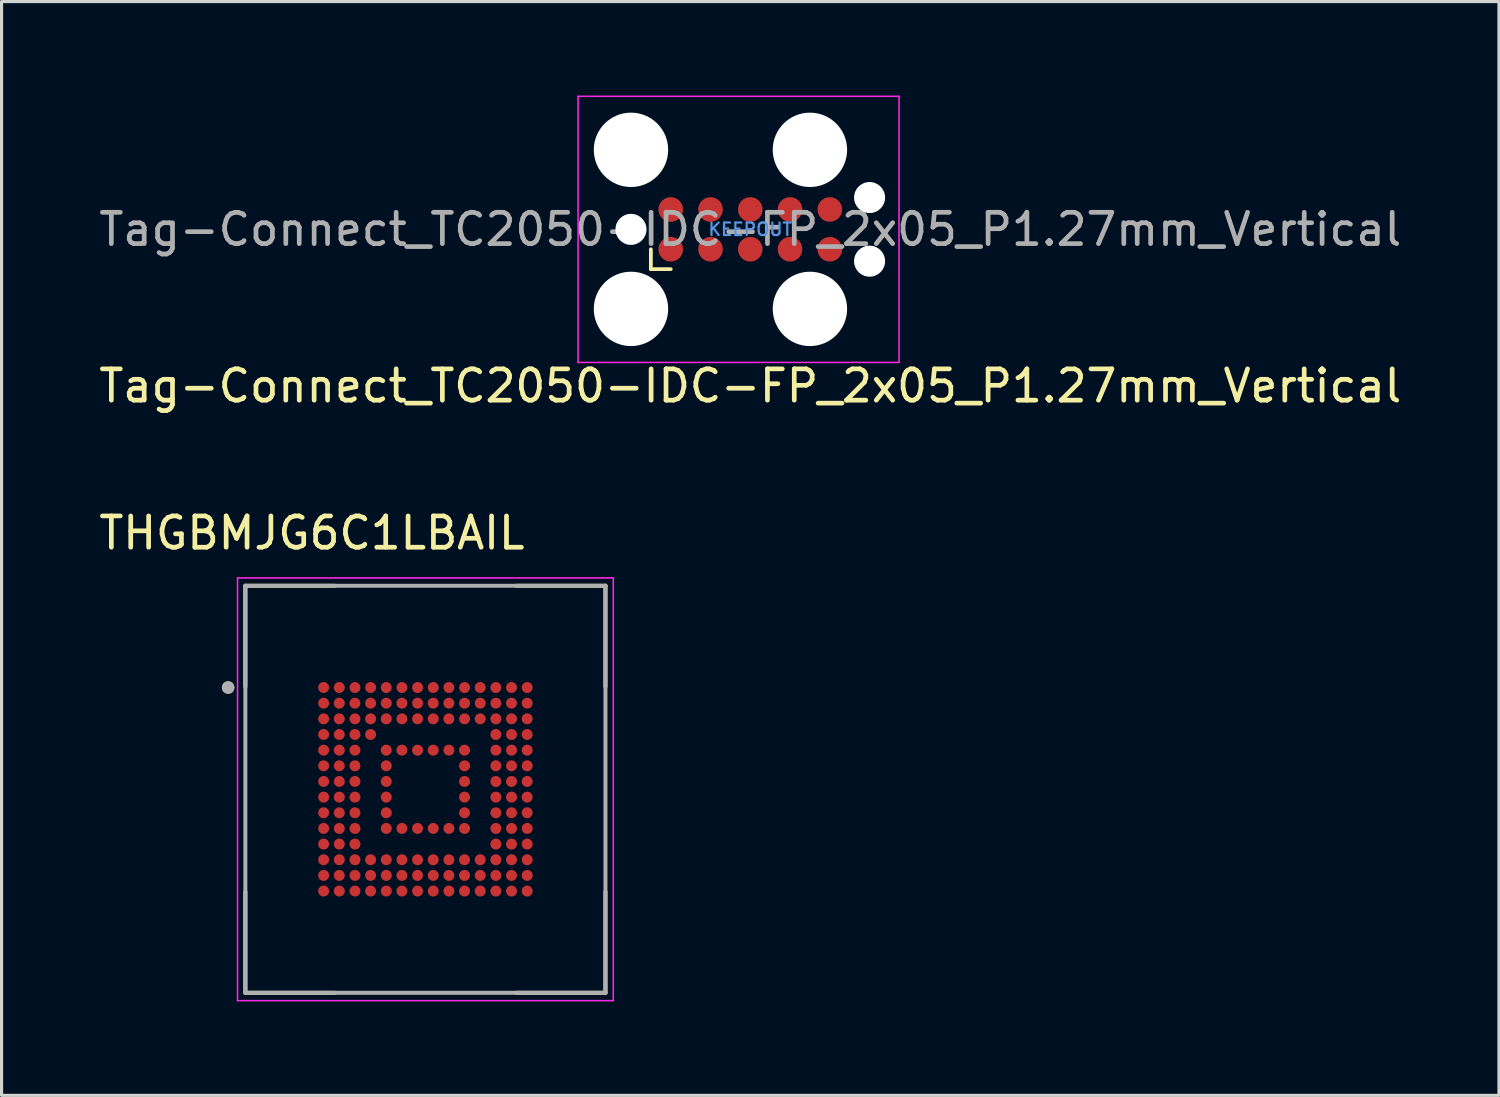
<source format=kicad_pcb>
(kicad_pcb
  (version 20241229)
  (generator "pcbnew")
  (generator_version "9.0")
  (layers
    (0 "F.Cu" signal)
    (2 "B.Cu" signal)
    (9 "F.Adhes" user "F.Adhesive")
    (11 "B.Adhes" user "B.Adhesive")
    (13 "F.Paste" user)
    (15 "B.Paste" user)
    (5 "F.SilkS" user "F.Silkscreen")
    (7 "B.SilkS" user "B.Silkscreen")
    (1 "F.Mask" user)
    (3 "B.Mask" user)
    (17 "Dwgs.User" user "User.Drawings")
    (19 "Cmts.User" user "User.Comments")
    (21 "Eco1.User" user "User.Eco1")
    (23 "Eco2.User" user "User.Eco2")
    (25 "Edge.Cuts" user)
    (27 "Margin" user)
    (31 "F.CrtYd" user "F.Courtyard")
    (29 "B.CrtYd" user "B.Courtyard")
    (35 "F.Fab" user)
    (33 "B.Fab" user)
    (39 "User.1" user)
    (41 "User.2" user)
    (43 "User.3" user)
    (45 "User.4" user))
  (footprint "Tag-Connect_TC2050-IDC-FP_2x05_P1.27mm_Vertical"
    (layer "F.Cu")
    (at 20.911 4.275)
    (property "Reference" "Tag-Connect_TC2050-IDC-FP_2x05_P1.27mm_Vertical" (at 0 5 0) (layer "F.SilkS") (effects (font (size 1 1) (thickness 0.15))))
    (attr exclude_from_pos_files exclude_from_bom)
    (fp_line (start -3.175 1.27) (end -3.175 0.635) (stroke (width 0.12) (type solid)) (layer "F.SilkS"))
    (fp_line (start -2.54 1.27) (end -3.175 1.27) (stroke (width 0.12) (type solid)) (layer "F.SilkS"))
    (fp_line (start -5.5 -4.25) (end 4.75 -4.25) (stroke (width 0.05) (type solid)) (layer "F.CrtYd"))
    (fp_line (start -5.5 4.25) (end -5.5 -4.25) (stroke (width 0.05) (type solid)) (layer "F.CrtYd"))
    (fp_line (start 4.75 -4.25) (end 4.75 4.25) (stroke (width 0.05) (type solid)) (layer "F.CrtYd"))
    (fp_line (start 4.75 4.25) (end -5.5 4.25) (stroke (width 0.05) (type solid)) (layer "F.CrtYd"))
    (fp_text user "KEEPOUT" (at 0 0 0) (layer "Cmts.User") (effects (font (size 0.4 0.4) (thickness 0.07))))
    (fp_text user "${REFERENCE}" (at 0 0 0) (layer "F.Fab") (effects (font (size 1 1) (thickness 0.15))))
    (pad "" np_thru_hole circle (at -3.81 -2.54) (size 2.375 2.375) (drill 2.375) (layers "*.Cu" "*.Mask"))
    (pad "" np_thru_hole circle (at -3.81 0) (size 0.991 0.991) (drill 0.991) (layers "*.Cu" "*.Mask"))
    (pad "" np_thru_hole circle (at -3.81 2.54) (size 2.375 2.375) (drill 2.375) (layers "*.Cu" "*.Mask"))
    (pad "" np_thru_hole circle (at 1.905 -2.54) (size 2.375 2.375) (drill 2.375) (layers "*.Cu" "*.Mask"))
    (pad "" np_thru_hole circle (at 1.905 2.54) (size 2.375 2.375) (drill 2.375) (layers "*.Cu" "*.Mask"))
    (pad "" np_thru_hole circle (at 3.81 -1.016) (size 0.991 0.991) (drill 0.991) (layers "*.Cu" "*.Mask"))
    (pad "" np_thru_hole circle (at 3.81 1.016) (size 0.991 0.991) (drill 0.991) (layers "*.Cu" "*.Mask"))
    (pad "1" connect circle (at -2.54 0.635) (size 0.787 0.787) (layers "F.Cu" "F.Mask"))
    (pad "2" connect circle (at -1.27 0.635) (size 0.787 0.787) (layers "F.Cu" "F.Mask"))
    (pad "3" connect circle (at 0 0.635) (size 0.787 0.787) (layers "F.Cu" "F.Mask"))
    (pad "4" connect circle (at 1.27 0.635) (size 0.787 0.787) (layers "F.Cu" "F.Mask"))
    (pad "5" connect circle (at 2.54 0.635) (size 0.787 0.787) (layers "F.Cu" "F.Mask"))
    (pad "6" connect circle (at 2.54 -0.635) (size 0.787 0.787) (layers "F.Cu" "F.Mask"))
    (pad "7" connect circle (at 1.27 -0.635) (size 0.787 0.787) (layers "F.Cu" "F.Mask"))
    (pad "8" connect circle (at 0 -0.635) (size 0.787 0.787) (layers "F.Cu" "F.Mask"))
    (pad "9" connect circle (at -1.27 -0.635) (size 0.787 0.787) (layers "F.Cu" "F.Mask"))
    (pad "10" connect circle (at -2.54 -0.635) (size 0.787 0.787) (layers "F.Cu" "F.Mask"))
    (zone (net_name "") (layer "F.Cu") (hatch full 0.508) (connect_pads) (min_thickness 0.254) (filled_areas_thickness no) (keepout (tracks allowed) (vias not_allowed) (pads allowed) (copperpour not_allowed) (footprints not_allowed)) (placement (enabled no)) (fill) (polygon (pts (xy 18.371 4.91) (xy 23.451 4.91) (xy 23.451 3.64) (xy 18.371 3.64)))))
  (footprint "THGBMJG6C1LBAIL"
    (layer "F.Cu")
    (at 10.536 22.157)
    (property "Reference" "THGBMJG6C1LBAIL" (at -3.625 -8.185 0) (layer "F.SilkS") (effects (font (size 1 1) (thickness 0.15))))
    (attr smd)
    (fp_line (start -5.75 -6.5) (end -5.75 -3.275) (stroke (width 0.127) (type solid)) (layer "F.SilkS"))
    (fp_line (start -5.75 -6.5) (end -2.9 -6.5) (stroke (width 0.127) (type solid)) (layer "F.SilkS"))
    (fp_line (start -5.75 6.5) (end -5.75 3.275) (stroke (width 0.127) (type solid)) (layer "F.SilkS"))
    (fp_line (start -5.75 6.5) (end -2.9 6.5) (stroke (width 0.127) (type solid)) (layer "F.SilkS"))
    (fp_line (start 5.75 -6.5) (end 2.9 -6.5) (stroke (width 0.127) (type solid)) (layer "F.SilkS"))
    (fp_line (start 5.75 -6.5) (end 5.75 -3.275) (stroke (width 0.127) (type solid)) (layer "F.SilkS"))
    (fp_line (start 5.75 6.5) (end 2.9 6.5) (stroke (width 0.127) (type solid)) (layer "F.SilkS"))
    (fp_line (start 5.75 6.5) (end 5.75 3.275) (stroke (width 0.127) (type solid)) (layer "F.SilkS"))
    (fp_circle (center -6.3 -3.25) (end -6.2 -3.25) (stroke (width 0.2) (type solid)) (fill no) (layer "F.SilkS"))
    (fp_line (start -6 -6.75) (end 6 -6.75) (stroke (width 0.05) (type solid)) (layer "F.CrtYd"))
    (fp_line (start -6 6.75) (end -6 -6.75) (stroke (width 0.05) (type solid)) (layer "F.CrtYd"))
    (fp_line (start -6 6.75) (end 6 6.75) (stroke (width 0.05) (type solid)) (layer "F.CrtYd"))
    (fp_line (start 6 6.75) (end 6 -6.75) (stroke (width 0.05) (type solid)) (layer "F.CrtYd"))
    (fp_line (start -5.75 6.5) (end -5.75 -6.5) (stroke (width 0.127) (type solid)) (layer "F.Fab"))
    (fp_line (start 5.75 -6.5) (end -5.75 -6.5) (stroke (width 0.127) (type solid)) (layer "F.Fab"))
    (fp_line (start 5.75 6.5) (end -5.75 6.5) (stroke (width 0.127) (type solid)) (layer "F.Fab"))
    (fp_line (start 5.75 6.5) (end 5.75 -6.5) (stroke (width 0.127) (type solid)) (layer "F.Fab"))
    (fp_circle (center -6.3 -3.25) (end -6.2 -3.25) (stroke (width 0.2) (type solid)) (fill no) (layer "F.Fab"))
    (pad "A1" smd circle (at -3.25 -3.25) (size 0.35 0.35) (layers "F.Cu" "F.Mask" "F.Paste"))
    (pad "A2" smd circle (at -2.75 -3.25) (size 0.35 0.35) (layers "F.Cu" "F.Mask" "F.Paste"))
    (pad "A3" smd circle (at -2.25 -3.25) (size 0.35 0.35) (layers "F.Cu" "F.Mask" "F.Paste"))
    (pad "A4" smd circle (at -1.75 -3.25) (size 0.35 0.35) (layers "F.Cu" "F.Mask" "F.Paste"))
    (pad "A5" smd circle (at -1.25 -3.25) (size 0.35 0.35) (layers "F.Cu" "F.Mask" "F.Paste"))
    (pad "A6" smd circle (at -0.75 -3.25) (size 0.35 0.35) (layers "F.Cu" "F.Mask" "F.Paste"))
    (pad "A7" smd circle (at -0.25 -3.25) (size 0.35 0.35) (layers "F.Cu" "F.Mask" "F.Paste"))
    (pad "A8" smd circle (at 0.25 -3.25) (size 0.35 0.35) (layers "F.Cu" "F.Mask" "F.Paste"))
    (pad "A9" smd circle (at 0.75 -3.25) (size 0.35 0.35) (layers "F.Cu" "F.Mask" "F.Paste"))
    (pad "A10" smd circle (at 1.25 -3.25) (size 0.35 0.35) (layers "F.Cu" "F.Mask" "F.Paste"))
    (pad "A11" smd circle (at 1.75 -3.25) (size 0.35 0.35) (layers "F.Cu" "F.Mask" "F.Paste"))
    (pad "A12" smd circle (at 2.25 -3.25) (size 0.35 0.35) (layers "F.Cu" "F.Mask" "F.Paste"))
    (pad "A13" smd circle (at 2.75 -3.25) (size 0.35 0.35) (layers "F.Cu" "F.Mask" "F.Paste"))
    (pad "A14" smd circle (at 3.25 -3.25) (size 0.35 0.35) (layers "F.Cu" "F.Mask" "F.Paste"))
    (pad "B1" smd circle (at -3.25 -2.75) (size 0.35 0.35) (layers "F.Cu" "F.Mask" "F.Paste"))
    (pad "B2" smd circle (at -2.75 -2.75) (size 0.35 0.35) (layers "F.Cu" "F.Mask" "F.Paste"))
    (pad "B3" smd circle (at -2.25 -2.75) (size 0.35 0.35) (layers "F.Cu" "F.Mask" "F.Paste"))
    (pad "B4" smd circle (at -1.75 -2.75) (size 0.35 0.35) (layers "F.Cu" "F.Mask" "F.Paste"))
    (pad "B5" smd circle (at -1.25 -2.75) (size 0.35 0.35) (layers "F.Cu" "F.Mask" "F.Paste"))
    (pad "B6" smd circle (at -0.75 -2.75) (size 0.35 0.35) (layers "F.Cu" "F.Mask" "F.Paste"))
    (pad "B7" smd circle (at -0.25 -2.75) (size 0.35 0.35) (layers "F.Cu" "F.Mask" "F.Paste"))
    (pad "B8" smd circle (at 0.25 -2.75) (size 0.35 0.35) (layers "F.Cu" "F.Mask" "F.Paste"))
    (pad "B9" smd circle (at 0.75 -2.75) (size 0.35 0.35) (layers "F.Cu" "F.Mask" "F.Paste"))
    (pad "B10" smd circle (at 1.25 -2.75) (size 0.35 0.35) (layers "F.Cu" "F.Mask" "F.Paste"))
    (pad "B11" smd circle (at 1.75 -2.75) (size 0.35 0.35) (layers "F.Cu" "F.Mask" "F.Paste"))
    (pad "B12" smd circle (at 2.25 -2.75) (size 0.35 0.35) (layers "F.Cu" "F.Mask" "F.Paste"))
    (pad "B13" smd circle (at 2.75 -2.75) (size 0.35 0.35) (layers "F.Cu" "F.Mask" "F.Paste"))
    (pad "B14" smd circle (at 3.25 -2.75) (size 0.35 0.35) (layers "F.Cu" "F.Mask" "F.Paste"))
    (pad "C1" smd circle (at -3.25 -2.25) (size 0.35 0.35) (layers "F.Cu" "F.Mask" "F.Paste"))
    (pad "C2" smd circle (at -2.75 -2.25) (size 0.35 0.35) (layers "F.Cu" "F.Mask" "F.Paste"))
    (pad "C3" smd circle (at -2.25 -2.25) (size 0.35 0.35) (layers "F.Cu" "F.Mask" "F.Paste"))
    (pad "C4" smd circle (at -1.75 -2.25) (size 0.35 0.35) (layers "F.Cu" "F.Mask" "F.Paste"))
    (pad "C5" smd circle (at -1.25 -2.25) (size 0.35 0.35) (layers "F.Cu" "F.Mask" "F.Paste"))
    (pad "C6" smd circle (at -0.75 -2.25) (size 0.35 0.35) (layers "F.Cu" "F.Mask" "F.Paste"))
    (pad "C7" smd circle (at -0.25 -2.25) (size 0.35 0.35) (layers "F.Cu" "F.Mask" "F.Paste"))
    (pad "C8" smd circle (at 0.25 -2.25) (size 0.35 0.35) (layers "F.Cu" "F.Mask" "F.Paste"))
    (pad "C9" smd circle (at 0.75 -2.25) (size 0.35 0.35) (layers "F.Cu" "F.Mask" "F.Paste"))
    (pad "C10" smd circle (at 1.25 -2.25) (size 0.35 0.35) (layers "F.Cu" "F.Mask" "F.Paste"))
    (pad "C11" smd circle (at 1.75 -2.25) (size 0.35 0.35) (layers "F.Cu" "F.Mask" "F.Paste"))
    (pad "C12" smd circle (at 2.25 -2.25) (size 0.35 0.35) (layers "F.Cu" "F.Mask" "F.Paste"))
    (pad "C13" smd circle (at 2.75 -2.25) (size 0.35 0.35) (layers "F.Cu" "F.Mask" "F.Paste"))
    (pad "C14" smd circle (at 3.25 -2.25) (size 0.35 0.35) (layers "F.Cu" "F.Mask" "F.Paste"))
    (pad "D1" smd circle (at -3.25 -1.75) (size 0.35 0.35) (layers "F.Cu" "F.Mask" "F.Paste"))
    (pad "D2" smd circle (at -2.75 -1.75) (size 0.35 0.35) (layers "F.Cu" "F.Mask" "F.Paste"))
    (pad "D3" smd circle (at -2.25 -1.75) (size 0.35 0.35) (layers "F.Cu" "F.Mask" "F.Paste"))
    (pad "D4" smd circle (at -1.75 -1.75) (size 0.35 0.35) (layers "F.Cu" "F.Mask" "F.Paste"))
    (pad "D12" smd circle (at 2.25 -1.75) (size 0.35 0.35) (layers "F.Cu" "F.Mask" "F.Paste"))
    (pad "D13" smd circle (at 2.75 -1.75) (size 0.35 0.35) (layers "F.Cu" "F.Mask" "F.Paste"))
    (pad "D14" smd circle (at 3.25 -1.75) (size 0.35 0.35) (layers "F.Cu" "F.Mask" "F.Paste"))
    (pad "E1" smd circle (at -3.25 -1.25) (size 0.35 0.35) (layers "F.Cu" "F.Mask" "F.Paste"))
    (pad "E2" smd circle (at -2.75 -1.25) (size 0.35 0.35) (layers "F.Cu" "F.Mask" "F.Paste"))
    (pad "E3" smd circle (at -2.25 -1.25) (size 0.35 0.35) (layers "F.Cu" "F.Mask" "F.Paste"))
    (pad "E5" smd circle (at -1.25 -1.25) (size 0.35 0.35) (layers "F.Cu" "F.Mask" "F.Paste"))
    (pad "E6" smd circle (at -0.75 -1.25) (size 0.35 0.35) (layers "F.Cu" "F.Mask" "F.Paste"))
    (pad "E7" smd circle (at -0.25 -1.25) (size 0.35 0.35) (layers "F.Cu" "F.Mask" "F.Paste"))
    (pad "E8" smd circle (at 0.25 -1.25) (size 0.35 0.35) (layers "F.Cu" "F.Mask" "F.Paste"))
    (pad "E9" smd circle (at 0.75 -1.25) (size 0.35 0.35) (layers "F.Cu" "F.Mask" "F.Paste"))
    (pad "E10" smd circle (at 1.25 -1.25) (size 0.35 0.35) (layers "F.Cu" "F.Mask" "F.Paste"))
    (pad "E12" smd circle (at 2.25 -1.25) (size 0.35 0.35) (layers "F.Cu" "F.Mask" "F.Paste"))
    (pad "E13" smd circle (at 2.75 -1.25) (size 0.35 0.35) (layers "F.Cu" "F.Mask" "F.Paste"))
    (pad "E14" smd circle (at 3.25 -1.25) (size 0.35 0.35) (layers "F.Cu" "F.Mask" "F.Paste"))
    (pad "F1" smd circle (at -3.25 -0.75) (size 0.35 0.35) (layers "F.Cu" "F.Mask" "F.Paste"))
    (pad "F2" smd circle (at -2.75 -0.75) (size 0.35 0.35) (layers "F.Cu" "F.Mask" "F.Paste"))
    (pad "F3" smd circle (at -2.25 -0.75) (size 0.35 0.35) (layers "F.Cu" "F.Mask" "F.Paste"))
    (pad "F5" smd circle (at -1.25 -0.75) (size 0.35 0.35) (layers "F.Cu" "F.Mask" "F.Paste"))
    (pad "F10" smd circle (at 1.25 -0.75) (size 0.35 0.35) (layers "F.Cu" "F.Mask" "F.Paste"))
    (pad "F12" smd circle (at 2.25 -0.75) (size 0.35 0.35) (layers "F.Cu" "F.Mask" "F.Paste"))
    (pad "F13" smd circle (at 2.75 -0.75) (size 0.35 0.35) (layers "F.Cu" "F.Mask" "F.Paste"))
    (pad "F14" smd circle (at 3.25 -0.75) (size 0.35 0.35) (layers "F.Cu" "F.Mask" "F.Paste"))
    (pad "G1" smd circle (at -3.25 -0.25) (size 0.35 0.35) (layers "F.Cu" "F.Mask" "F.Paste"))
    (pad "G2" smd circle (at -2.75 -0.25) (size 0.35 0.35) (layers "F.Cu" "F.Mask" "F.Paste"))
    (pad "G3" smd circle (at -2.25 -0.25) (size 0.35 0.35) (layers "F.Cu" "F.Mask" "F.Paste"))
    (pad "G5" smd circle (at -1.25 -0.25) (size 0.35 0.35) (layers "F.Cu" "F.Mask" "F.Paste"))
    (pad "G10" smd circle (at 1.25 -0.25) (size 0.35 0.35) (layers "F.Cu" "F.Mask" "F.Paste"))
    (pad "G12" smd circle (at 2.25 -0.25) (size 0.35 0.35) (layers "F.Cu" "F.Mask" "F.Paste"))
    (pad "G13" smd circle (at 2.75 -0.25) (size 0.35 0.35) (layers "F.Cu" "F.Mask" "F.Paste"))
    (pad "G14" smd circle (at 3.25 -0.25) (size 0.35 0.35) (layers "F.Cu" "F.Mask" "F.Paste"))
    (pad "H1" smd circle (at -3.25 0.25) (size 0.35 0.35) (layers "F.Cu" "F.Mask" "F.Paste"))
    (pad "H2" smd circle (at -2.75 0.25) (size 0.35 0.35) (layers "F.Cu" "F.Mask" "F.Paste"))
    (pad "H3" smd circle (at -2.25 0.25) (size 0.35 0.35) (layers "F.Cu" "F.Mask" "F.Paste"))
    (pad "H5" smd circle (at -1.25 0.25) (size 0.35 0.35) (layers "F.Cu" "F.Mask" "F.Paste"))
    (pad "H10" smd circle (at 1.25 0.25) (size 0.35 0.35) (layers "F.Cu" "F.Mask" "F.Paste"))
    (pad "H12" smd circle (at 2.25 0.25) (size 0.35 0.35) (layers "F.Cu" "F.Mask" "F.Paste"))
    (pad "H13" smd circle (at 2.75 0.25) (size 0.35 0.35) (layers "F.Cu" "F.Mask" "F.Paste"))
    (pad "H14" smd circle (at 3.25 0.25) (size 0.35 0.35) (layers "F.Cu" "F.Mask" "F.Paste"))
    (pad "J1" smd circle (at -3.25 0.75) (size 0.35 0.35) (layers "F.Cu" "F.Mask" "F.Paste"))
    (pad "J2" smd circle (at -2.75 0.75) (size 0.35 0.35) (layers "F.Cu" "F.Mask" "F.Paste"))
    (pad "J3" smd circle (at -2.25 0.75) (size 0.35 0.35) (layers "F.Cu" "F.Mask" "F.Paste"))
    (pad "J5" smd circle (at -1.25 0.75) (size 0.35 0.35) (layers "F.Cu" "F.Mask" "F.Paste"))
    (pad "J10" smd circle (at 1.25 0.75) (size 0.35 0.35) (layers "F.Cu" "F.Mask" "F.Paste"))
    (pad "J12" smd circle (at 2.25 0.75) (size 0.35 0.35) (layers "F.Cu" "F.Mask" "F.Paste"))
    (pad "J13" smd circle (at 2.75 0.75) (size 0.35 0.35) (layers "F.Cu" "F.Mask" "F.Paste"))
    (pad "J14" smd circle (at 3.25 0.75) (size 0.35 0.35) (layers "F.Cu" "F.Mask" "F.Paste"))
    (pad "K1" smd circle (at -3.25 1.25) (size 0.35 0.35) (layers "F.Cu" "F.Mask" "F.Paste"))
    (pad "K2" smd circle (at -2.75 1.25) (size 0.35 0.35) (layers "F.Cu" "F.Mask" "F.Paste"))
    (pad "K3" smd circle (at -2.25 1.25) (size 0.35 0.35) (layers "F.Cu" "F.Mask" "F.Paste"))
    (pad "K5" smd circle (at -1.25 1.25) (size 0.35 0.35) (layers "F.Cu" "F.Mask" "F.Paste"))
    (pad "K6" smd circle (at -0.75 1.25) (size 0.35 0.35) (layers "F.Cu" "F.Mask" "F.Paste"))
    (pad "K7" smd circle (at -0.25 1.25) (size 0.35 0.35) (layers "F.Cu" "F.Mask" "F.Paste"))
    (pad "K8" smd circle (at 0.25 1.25) (size 0.35 0.35) (layers "F.Cu" "F.Mask" "F.Paste"))
    (pad "K9" smd circle (at 0.75 1.25) (size 0.35 0.35) (layers "F.Cu" "F.Mask" "F.Paste"))
    (pad "K10" smd circle (at 1.25 1.25) (size 0.35 0.35) (layers "F.Cu" "F.Mask" "F.Paste"))
    (pad "K12" smd circle (at 2.25 1.25) (size 0.35 0.35) (layers "F.Cu" "F.Mask" "F.Paste"))
    (pad "K13" smd circle (at 2.75 1.25) (size 0.35 0.35) (layers "F.Cu" "F.Mask" "F.Paste"))
    (pad "K14" smd circle (at 3.25 1.25) (size 0.35 0.35) (layers "F.Cu" "F.Mask" "F.Paste"))
    (pad "L1" smd circle (at -3.25 1.75) (size 0.35 0.35) (layers "F.Cu" "F.Mask" "F.Paste"))
    (pad "L2" smd circle (at -2.75 1.75) (size 0.35 0.35) (layers "F.Cu" "F.Mask" "F.Paste"))
    (pad "L3" smd circle (at -2.25 1.75) (size 0.35 0.35) (layers "F.Cu" "F.Mask" "F.Paste"))
    (pad "L12" smd circle (at 2.25 1.75) (size 0.35 0.35) (layers "F.Cu" "F.Mask" "F.Paste"))
    (pad "L13" smd circle (at 2.75 1.75) (size 0.35 0.35) (layers "F.Cu" "F.Mask" "F.Paste"))
    (pad "L14" smd circle (at 3.25 1.75) (size 0.35 0.35) (layers "F.Cu" "F.Mask" "F.Paste"))
    (pad "M1" smd circle (at -3.25 2.25) (size 0.35 0.35) (layers "F.Cu" "F.Mask" "F.Paste"))
    (pad "M2" smd circle (at -2.75 2.25) (size 0.35 0.35) (layers "F.Cu" "F.Mask" "F.Paste"))
    (pad "M3" smd circle (at -2.25 2.25) (size 0.35 0.35) (layers "F.Cu" "F.Mask" "F.Paste"))
    (pad "M4" smd circle (at -1.75 2.25) (size 0.35 0.35) (layers "F.Cu" "F.Mask" "F.Paste"))
    (pad "M5" smd circle (at -1.25 2.25) (size 0.35 0.35) (layers "F.Cu" "F.Mask" "F.Paste"))
    (pad "M6" smd circle (at -0.75 2.25) (size 0.35 0.35) (layers "F.Cu" "F.Mask" "F.Paste"))
    (pad "M7" smd circle (at -0.25 2.25) (size 0.35 0.35) (layers "F.Cu" "F.Mask" "F.Paste"))
    (pad "M8" smd circle (at 0.25 2.25) (size 0.35 0.35) (layers "F.Cu" "F.Mask" "F.Paste"))
    (pad "M9" smd circle (at 0.75 2.25) (size 0.35 0.35) (layers "F.Cu" "F.Mask" "F.Paste"))
    (pad "M10" smd circle (at 1.25 2.25) (size 0.35 0.35) (layers "F.Cu" "F.Mask" "F.Paste"))
    (pad "M11" smd circle (at 1.75 2.25) (size 0.35 0.35) (layers "F.Cu" "F.Mask" "F.Paste"))
    (pad "M12" smd circle (at 2.25 2.25) (size 0.35 0.35) (layers "F.Cu" "F.Mask" "F.Paste"))
    (pad "M13" smd circle (at 2.75 2.25) (size 0.35 0.35) (layers "F.Cu" "F.Mask" "F.Paste"))
    (pad "M14" smd circle (at 3.25 2.25) (size 0.35 0.35) (layers "F.Cu" "F.Mask" "F.Paste"))
    (pad "N1" smd circle (at -3.25 2.75) (size 0.35 0.35) (layers "F.Cu" "F.Mask" "F.Paste"))
    (pad "N2" smd circle (at -2.75 2.75) (size 0.35 0.35) (layers "F.Cu" "F.Mask" "F.Paste"))
    (pad "N3" smd circle (at -2.25 2.75) (size 0.35 0.35) (layers "F.Cu" "F.Mask" "F.Paste"))
    (pad "N4" smd circle (at -1.75 2.75) (size 0.35 0.35) (layers "F.Cu" "F.Mask" "F.Paste"))
    (pad "N5" smd circle (at -1.25 2.75) (size 0.35 0.35) (layers "F.Cu" "F.Mask" "F.Paste"))
    (pad "N6" smd circle (at -0.75 2.75) (size 0.35 0.35) (layers "F.Cu" "F.Mask" "F.Paste"))
    (pad "N7" smd circle (at -0.25 2.75) (size 0.35 0.35) (layers "F.Cu" "F.Mask" "F.Paste"))
    (pad "N8" smd circle (at 0.25 2.75) (size 0.35 0.35) (layers "F.Cu" "F.Mask" "F.Paste"))
    (pad "N9" smd circle (at 0.75 2.75) (size 0.35 0.35) (layers "F.Cu" "F.Mask" "F.Paste"))
    (pad "N10" smd circle (at 1.25 2.75) (size 0.35 0.35) (layers "F.Cu" "F.Mask" "F.Paste"))
    (pad "N11" smd circle (at 1.75 2.75) (size 0.35 0.35) (layers "F.Cu" "F.Mask" "F.Paste"))
    (pad "N12" smd circle (at 2.25 2.75) (size 0.35 0.35) (layers "F.Cu" "F.Mask" "F.Paste"))
    (pad "N13" smd circle (at 2.75 2.75) (size 0.35 0.35) (layers "F.Cu" "F.Mask" "F.Paste"))
    (pad "N14" smd circle (at 3.25 2.75) (size 0.35 0.35) (layers "F.Cu" "F.Mask" "F.Paste"))
    (pad "P1" smd circle (at -3.25 3.25) (size 0.35 0.35) (layers "F.Cu" "F.Mask" "F.Paste"))
    (pad "P2" smd circle (at -2.75 3.25) (size 0.35 0.35) (layers "F.Cu" "F.Mask" "F.Paste"))
    (pad "P3" smd circle (at -2.25 3.25) (size 0.35 0.35) (layers "F.Cu" "F.Mask" "F.Paste"))
    (pad "P4" smd circle (at -1.75 3.25) (size 0.35 0.35) (layers "F.Cu" "F.Mask" "F.Paste"))
    (pad "P5" smd circle (at -1.25 3.25) (size 0.35 0.35) (layers "F.Cu" "F.Mask" "F.Paste"))
    (pad "P6" smd circle (at -0.75 3.25) (size 0.35 0.35) (layers "F.Cu" "F.Mask" "F.Paste"))
    (pad "P7" smd circle (at -0.25 3.25) (size 0.35 0.35) (layers "F.Cu" "F.Mask" "F.Paste"))
    (pad "P8" smd circle (at 0.25 3.25) (size 0.35 0.35) (layers "F.Cu" "F.Mask" "F.Paste"))
    (pad "P9" smd circle (at 0.75 3.25) (size 0.35 0.35) (layers "F.Cu" "F.Mask" "F.Paste"))
    (pad "P10" smd circle (at 1.25 3.25) (size 0.35 0.35) (layers "F.Cu" "F.Mask" "F.Paste"))
    (pad "P11" smd circle (at 1.75 3.25) (size 0.35 0.35) (layers "F.Cu" "F.Mask" "F.Paste"))
    (pad "P12" smd circle (at 2.25 3.25) (size 0.35 0.35) (layers "F.Cu" "F.Mask" "F.Paste"))
    (pad "P13" smd circle (at 2.75 3.25) (size 0.35 0.35) (layers "F.Cu" "F.Mask" "F.Paste"))
    (pad "P14" smd circle (at 3.25 3.25) (size 0.35 0.35) (layers "F.Cu" "F.Mask" "F.Paste")))
  (gr_rect
    (start -3 -3)
    (end 44.821 31.931)
    (stroke (width 0.1) (type default))
    (fill no)
    (layer "Edge.Cuts")))
</source>
